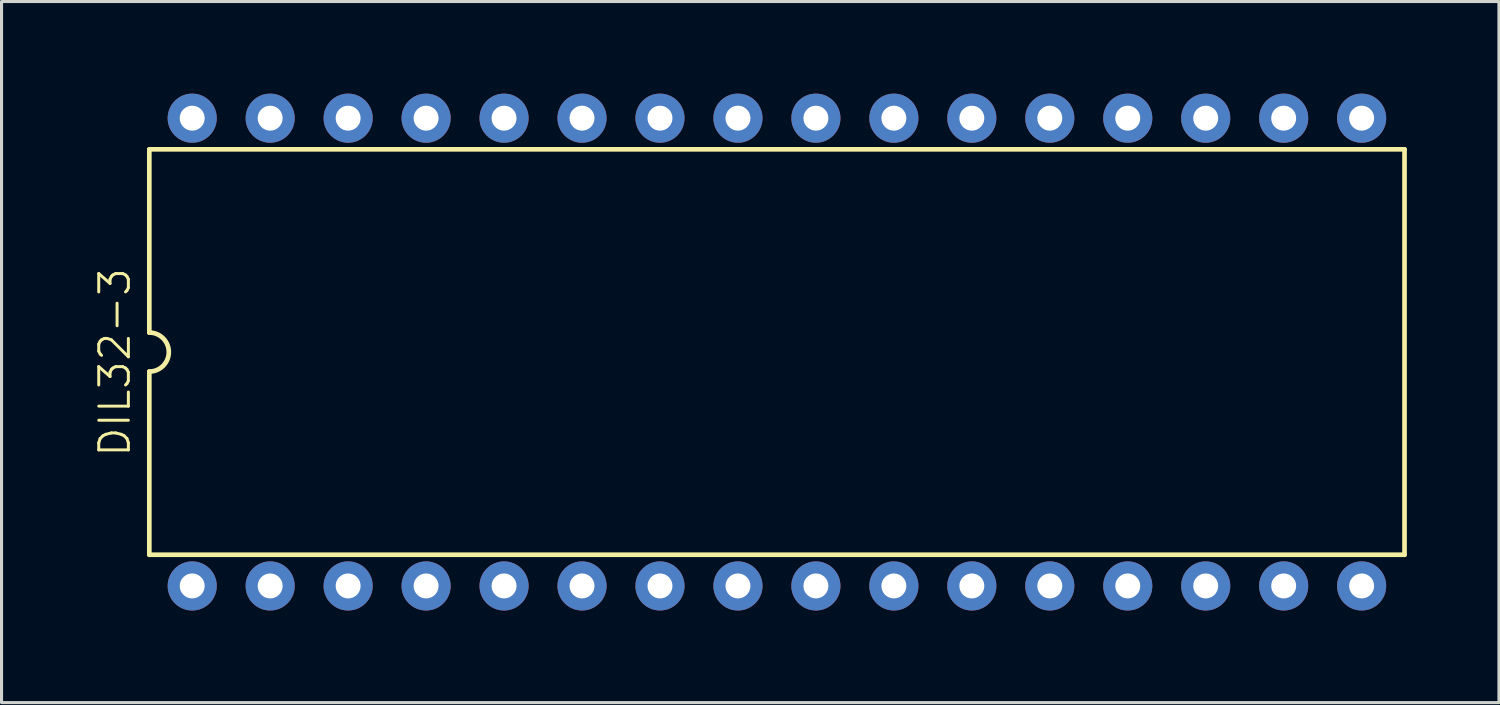
<source format=kicad_pcb>
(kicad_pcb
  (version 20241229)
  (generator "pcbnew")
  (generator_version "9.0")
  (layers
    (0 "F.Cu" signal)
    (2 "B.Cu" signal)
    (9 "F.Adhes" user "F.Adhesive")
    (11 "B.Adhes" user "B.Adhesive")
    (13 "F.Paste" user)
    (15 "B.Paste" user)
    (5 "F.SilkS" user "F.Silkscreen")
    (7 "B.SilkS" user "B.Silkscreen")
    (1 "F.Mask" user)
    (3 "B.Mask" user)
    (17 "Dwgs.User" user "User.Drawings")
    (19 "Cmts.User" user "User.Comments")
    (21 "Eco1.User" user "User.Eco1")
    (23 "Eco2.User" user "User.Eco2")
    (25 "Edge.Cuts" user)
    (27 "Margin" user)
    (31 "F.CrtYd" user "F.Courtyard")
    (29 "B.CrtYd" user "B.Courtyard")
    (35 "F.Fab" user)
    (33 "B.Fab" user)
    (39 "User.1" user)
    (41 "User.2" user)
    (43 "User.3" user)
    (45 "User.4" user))
  (footprint "DIL32-3"
    (layer "F.Cu")
    (at 22.262 4.61)
    (property "Reference" "DIL32-3" (at -21.007 7.29 90) (layer "F.SilkS") (effects (font (size 0.965 0.965) (thickness 0.097)) (justify left bottom)))
    (attr through_hole)
    (fp_line (start -20.447 -2.794) (end -20.447 3.175) (stroke (width 0.152) (type solid)) (layer "F.SilkS"))
    (fp_line (start -20.447 -2.794) (end 20.447 -2.794) (stroke (width 0.152) (type solid)) (layer "F.SilkS"))
    (fp_line (start -20.447 4.445) (end -20.447 10.414) (stroke (width 0.152) (type solid)) (layer "F.SilkS"))
    (fp_line (start -20.447 10.414) (end 20.447 10.414) (stroke (width 0.152) (type solid)) (layer "F.SilkS"))
    (fp_line (start 20.447 -2.794) (end 20.447 10.414) (stroke (width 0.152) (type solid)) (layer "F.SilkS"))
    (fp_arc (start -20.447 3.175) (mid -19.812 3.81) (end -20.447 4.445) (stroke (width 0.1524) (type solid)) (layer "F.SilkS"))
    (pad "1" thru_hole circle (at -19.05 11.43) (size 1.6 1.6) (drill 0.813) (layers "*.Cu" "*.Mask"))
    (pad "2" thru_hole circle (at -16.51 11.43) (size 1.6 1.6) (drill 0.813) (layers "*.Cu" "*.Mask"))
    (pad "3" thru_hole circle (at -13.97 11.43) (size 1.6 1.6) (drill 0.813) (layers "*.Cu" "*.Mask"))
    (pad "4" thru_hole circle (at -11.43 11.43) (size 1.6 1.6) (drill 0.813) (layers "*.Cu" "*.Mask"))
    (pad "5" thru_hole circle (at -8.89 11.43) (size 1.6 1.6) (drill 0.813) (layers "*.Cu" "*.Mask"))
    (pad "6" thru_hole circle (at -6.35 11.43) (size 1.6 1.6) (drill 0.813) (layers "*.Cu" "*.Mask"))
    (pad "7" thru_hole circle (at -3.81 11.43) (size 1.6 1.6) (drill 0.813) (layers "*.Cu" "*.Mask"))
    (pad "8" thru_hole circle (at -1.27 11.43) (size 1.6 1.6) (drill 0.813) (layers "*.Cu" "*.Mask"))
    (pad "9" thru_hole circle (at 1.27 11.43) (size 1.6 1.6) (drill 0.813) (layers "*.Cu" "*.Mask"))
    (pad "10" thru_hole circle (at 3.81 11.43) (size 1.6 1.6) (drill 0.813) (layers "*.Cu" "*.Mask"))
    (pad "11" thru_hole circle (at 6.35 11.43) (size 1.6 1.6) (drill 0.813) (layers "*.Cu" "*.Mask"))
    (pad "12" thru_hole circle (at 8.89 11.43) (size 1.6 1.6) (drill 0.813) (layers "*.Cu" "*.Mask"))
    (pad "13" thru_hole circle (at 11.43 11.43) (size 1.6 1.6) (drill 0.813) (layers "*.Cu" "*.Mask"))
    (pad "14" thru_hole circle (at 13.97 11.43) (size 1.6 1.6) (drill 0.813) (layers "*.Cu" "*.Mask"))
    (pad "15" thru_hole circle (at 16.51 11.43) (size 1.6 1.6) (drill 0.813) (layers "*.Cu" "*.Mask"))
    (pad "16" thru_hole circle (at 19.05 11.43) (size 1.6 1.6) (drill 0.813) (layers "*.Cu" "*.Mask"))
    (pad "17" thru_hole circle (at 19.05 -3.81) (size 1.6 1.6) (drill 0.813) (layers "*.Cu" "*.Mask"))
    (pad "18" thru_hole circle (at 16.51 -3.81) (size 1.6 1.6) (drill 0.813) (layers "*.Cu" "*.Mask"))
    (pad "19" thru_hole circle (at 13.97 -3.81) (size 1.6 1.6) (drill 0.813) (layers "*.Cu" "*.Mask"))
    (pad "20" thru_hole circle (at 11.43 -3.81) (size 1.6 1.6) (drill 0.813) (layers "*.Cu" "*.Mask"))
    (pad "21" thru_hole circle (at 8.89 -3.81) (size 1.6 1.6) (drill 0.813) (layers "*.Cu" "*.Mask"))
    (pad "22" thru_hole circle (at 6.35 -3.81) (size 1.6 1.6) (drill 0.813) (layers "*.Cu" "*.Mask"))
    (pad "23" thru_hole circle (at 3.81 -3.81) (size 1.6 1.6) (drill 0.813) (layers "*.Cu" "*.Mask"))
    (pad "24" thru_hole circle (at 1.27 -3.81) (size 1.6 1.6) (drill 0.813) (layers "*.Cu" "*.Mask"))
    (pad "25" thru_hole circle (at -1.27 -3.81) (size 1.6 1.6) (drill 0.813) (layers "*.Cu" "*.Mask"))
    (pad "26" thru_hole circle (at -3.81 -3.81) (size 1.6 1.6) (drill 0.813) (layers "*.Cu" "*.Mask"))
    (pad "27" thru_hole circle (at -6.35 -3.81) (size 1.6 1.6) (drill 0.813) (layers "*.Cu" "*.Mask"))
    (pad "28" thru_hole circle (at -8.89 -3.81) (size 1.6 1.6) (drill 0.813) (layers "*.Cu" "*.Mask"))
    (pad "29" thru_hole circle (at -11.43 -3.81) (size 1.6 1.6) (drill 0.813) (layers "*.Cu" "*.Mask"))
    (pad "30" thru_hole circle (at -13.97 -3.81) (size 1.6 1.6) (drill 0.813) (layers "*.Cu" "*.Mask"))
    (pad "31" thru_hole circle (at -16.51 -3.81) (size 1.6 1.6) (drill 0.813) (layers "*.Cu" "*.Mask"))
    (pad "32" thru_hole circle (at -19.05 -3.81) (size 1.6 1.6) (drill 0.813) (layers "*.Cu" "*.Mask")))
  (gr_rect
    (start -3 -3)
    (end 45.785 19.84)
    (stroke (width 0.1) (type default))
    (fill no)
    (layer "Edge.Cuts")))
</source>
